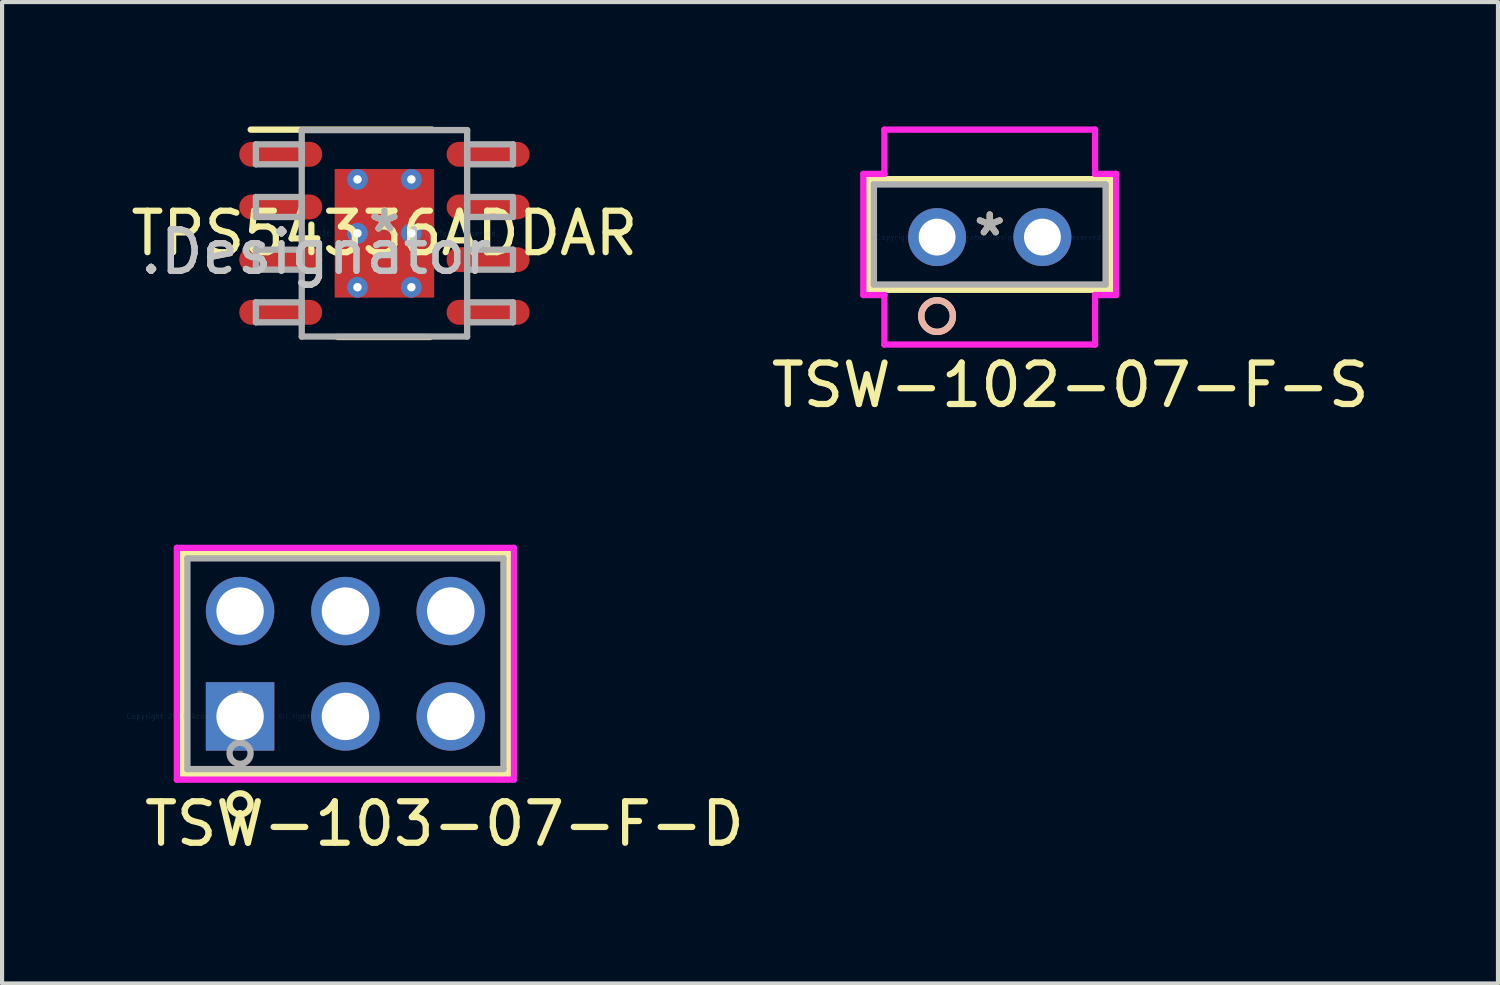
<source format=kicad_pcb>
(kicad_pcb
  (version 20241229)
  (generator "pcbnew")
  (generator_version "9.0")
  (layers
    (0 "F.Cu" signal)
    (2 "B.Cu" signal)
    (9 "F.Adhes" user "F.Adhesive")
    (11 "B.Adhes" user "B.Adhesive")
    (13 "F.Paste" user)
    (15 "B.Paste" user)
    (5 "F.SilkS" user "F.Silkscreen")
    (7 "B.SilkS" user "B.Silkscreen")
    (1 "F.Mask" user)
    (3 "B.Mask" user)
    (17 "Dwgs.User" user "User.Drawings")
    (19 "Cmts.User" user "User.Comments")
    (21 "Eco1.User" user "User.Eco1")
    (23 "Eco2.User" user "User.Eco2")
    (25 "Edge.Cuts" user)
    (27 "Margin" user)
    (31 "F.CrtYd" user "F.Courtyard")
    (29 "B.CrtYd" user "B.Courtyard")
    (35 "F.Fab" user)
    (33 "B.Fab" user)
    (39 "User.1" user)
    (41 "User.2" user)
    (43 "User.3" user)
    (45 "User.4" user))
  (footprint "TPS54336ADDAR"
    (layer "F.Cu")
    (at 6.22 2.576)
    (property "Reference" "TPS54336ADDAR" (at 0 0 0) (layer "F.SilkS") (effects (font (size 1 1) (thickness 0.15))))
    (attr through_hole)
    (fp_line (start -3.225 -2.5) (end 1.15 -2.5) (stroke (width 0.152) (type solid)) (layer "F.SilkS"))
    (fp_line (start -1.125 2.5) (end 1.1 2.5) (stroke (width 0.152) (type solid)) (layer "F.SilkS"))
    (fp_line (start -3.099 -2.146) (end -1.994 -2.146) (stroke (width 0.152) (type solid)) (layer "F.Fab"))
    (fp_line (start -3.099 -1.664) (end -3.099 -2.146) (stroke (width 0.152) (type solid)) (layer "F.Fab"))
    (fp_line (start -3.099 -1.664) (end -1.994 -1.664) (stroke (width 0.152) (type solid)) (layer "F.Fab"))
    (fp_line (start -3.099 -0.876) (end -1.994 -0.876) (stroke (width 0.152) (type solid)) (layer "F.Fab"))
    (fp_line (start -3.099 -0.394) (end -3.099 -0.876) (stroke (width 0.152) (type solid)) (layer "F.Fab"))
    (fp_line (start -3.099 -0.394) (end -1.994 -0.394) (stroke (width 0.152) (type solid)) (layer "F.Fab"))
    (fp_line (start -3.099 0.394) (end -1.994 0.394) (stroke (width 0.152) (type solid)) (layer "F.Fab"))
    (fp_line (start -3.099 0.876) (end -3.099 0.394) (stroke (width 0.152) (type solid)) (layer "F.Fab"))
    (fp_line (start -3.099 0.876) (end -1.994 0.876) (stroke (width 0.152) (type solid)) (layer "F.Fab"))
    (fp_line (start -3.099 1.664) (end -1.994 1.664) (stroke (width 0.152) (type solid)) (layer "F.Fab"))
    (fp_line (start -3.099 2.146) (end -3.099 1.664) (stroke (width 0.152) (type solid)) (layer "F.Fab"))
    (fp_line (start -3.099 2.146) (end -1.994 2.146) (stroke (width 0.152) (type solid)) (layer "F.Fab"))
    (fp_line (start -1.994 -2.489) (end 1.994 -2.489) (stroke (width 0.152) (type solid)) (layer "F.Fab"))
    (fp_line (start -1.994 -1.664) (end -1.994 -2.146) (stroke (width 0.152) (type solid)) (layer "F.Fab"))
    (fp_line (start -1.994 -0.394) (end -1.994 -0.876) (stroke (width 0.152) (type solid)) (layer "F.Fab"))
    (fp_line (start -1.994 0.876) (end -1.994 0.394) (stroke (width 0.152) (type solid)) (layer "F.Fab"))
    (fp_line (start -1.994 2.146) (end -1.994 1.664) (stroke (width 0.152) (type solid)) (layer "F.Fab"))
    (fp_line (start -1.994 2.489) (end -1.994 -2.489) (stroke (width 0.152) (type solid)) (layer "F.Fab"))
    (fp_line (start -1.994 2.489) (end 1.994 2.489) (stroke (width 0.152) (type solid)) (layer "F.Fab"))
    (fp_line (start 1.994 -2.146) (end 3.099 -2.146) (stroke (width 0.152) (type solid)) (layer "F.Fab"))
    (fp_line (start 1.994 -1.664) (end 1.994 -2.146) (stroke (width 0.152) (type solid)) (layer "F.Fab"))
    (fp_line (start 1.994 -1.664) (end 3.099 -1.664) (stroke (width 0.152) (type solid)) (layer "F.Fab"))
    (fp_line (start 1.994 -0.876) (end 3.099 -0.876) (stroke (width 0.152) (type solid)) (layer "F.Fab"))
    (fp_line (start 1.994 -0.394) (end 1.994 -0.876) (stroke (width 0.152) (type solid)) (layer "F.Fab"))
    (fp_line (start 1.994 -0.394) (end 3.099 -0.394) (stroke (width 0.152) (type solid)) (layer "F.Fab"))
    (fp_line (start 1.994 0.394) (end 3.099 0.394) (stroke (width 0.152) (type solid)) (layer "F.Fab"))
    (fp_line (start 1.994 0.876) (end 1.994 0.394) (stroke (width 0.152) (type solid)) (layer "F.Fab"))
    (fp_line (start 1.994 0.876) (end 3.099 0.876) (stroke (width 0.152) (type solid)) (layer "F.Fab"))
    (fp_line (start 1.994 1.664) (end 3.099 1.664) (stroke (width 0.152) (type solid)) (layer "F.Fab"))
    (fp_line (start 1.994 2.146) (end 1.994 1.664) (stroke (width 0.152) (type solid)) (layer "F.Fab"))
    (fp_line (start 1.994 2.146) (end 3.099 2.146) (stroke (width 0.152) (type solid)) (layer "F.Fab"))
    (fp_line (start 1.994 2.489) (end 1.994 -2.489) (stroke (width 0.152) (type solid)) (layer "F.Fab"))
    (fp_line (start 3.099 -1.664) (end 3.099 -2.146) (stroke (width 0.152) (type solid)) (layer "F.Fab"))
    (fp_line (start 3.099 -0.394) (end 3.099 -0.876) (stroke (width 0.152) (type solid)) (layer "F.Fab"))
    (fp_line (start 3.099 0.876) (end 3.099 0.394) (stroke (width 0.152) (type solid)) (layer "F.Fab"))
    (fp_line (start 3.099 2.146) (end 3.099 1.664) (stroke (width 0.152) (type solid)) (layer "F.Fab"))
    (fp_text user "*" (at 0 0 0) (layer "F.SilkS") (effects (font (size 1 1) (thickness 0.15))))
    (fp_text user ".Designator" (at -1.65 0.45 0) (layer "Dwgs.User") (effects (font (size 1 1) (thickness 0.15))))
    (fp_text user "Copyright 2016 Accelerated Designs. All rights reserved." (at 0 0 0) (layer "Cmts.User") (effects (font (size 0.127 0.127) (thickness 0.002))))
    (fp_text user ".Designator" (at -1.65 0.45 0) (layer "F.Fab") (effects (font (size 1 1) (thickness 0.15))))
    (fp_text user "*" (at 0 0 0) (layer "F.Fab") (effects (font (size 1 1) (thickness 0.15))))
    (pad "1" smd oval (at -2.5 -1.905 90) (size 0.6 2) (layers "F.Cu" "F.Mask" "F.Paste"))
    (pad "2" smd oval (at -2.5 -0.635 90) (size 0.6 2) (layers "F.Cu" "F.Mask" "F.Paste"))
    (pad "3" smd oval (at -2.5 0.635 90) (size 0.6 2) (layers "F.Cu" "F.Mask" "F.Paste"))
    (pad "4" smd oval (at -2.5 1.905 90) (size 0.6 2) (layers "F.Cu" "F.Mask" "F.Paste"))
    (pad "5" smd oval (at 2.5 1.905 90) (size 0.6 2) (layers "F.Cu" "F.Mask" "F.Paste"))
    (pad "6" smd oval (at 2.5 0.635 90) (size 0.6 2) (layers "F.Cu" "F.Mask" "F.Paste"))
    (pad "7" smd oval (at 2.5 -0.635 90) (size 0.6 2) (layers "F.Cu" "F.Mask" "F.Paste"))
    (pad "8" smd oval (at 2.5 -1.905 90) (size 0.6 2) (layers "F.Cu" "F.Mask" "F.Paste"))
    (pad "9" smd rect (at 0 0) (size 2.4 3.1) (layers "F.Cu" "F.Mask" "F.Paste"))
    (pad "V1" thru_hole circle (at -0.65 0) (size 0.5 0.5) (drill 0.203) (layers "*.Cu" "*.Mask"))
    (pad "V2" thru_hole circle (at -0.65 -1.3) (size 0.5 0.5) (drill 0.203) (layers "*.Cu" "*.Mask"))
    (pad "V3" thru_hole circle (at -0.65 1.3) (size 0.5 0.5) (drill 0.203) (layers "*.Cu" "*.Mask"))
    (pad "V4" thru_hole circle (at 0.65 1.3) (size 0.5 0.5) (drill 0.203) (layers "*.Cu" "*.Mask"))
    (pad "V5" thru_hole circle (at 0.65 -1.3) (size 0.5 0.5) (drill 0.203) (layers "*.Cu" "*.Mask"))
    (pad "V6" thru_hole circle (at 0.65 0) (size 0.5 0.5) (drill 0.203) (layers "*.Cu" "*.Mask")))
  (footprint "TSW-102-07-F-S"
    (layer "F.Cu")
    (at 20.816 2.667)
    (property "Reference" "TSW-102-07-F-S" (at 1.94 3.57 0) (layer "F.SilkS") (effects (font (size 1 1) (thickness 0.15))))
    (attr through_hole)
    (fp_line (start -2.921 -1.397) (end -2.921 1.27) (stroke (width 0.152) (type solid)) (layer "F.SilkS"))
    (fp_line (start -2.921 1.27) (end 2.921 1.27) (stroke (width 0.152) (type solid)) (layer "F.SilkS"))
    (fp_line (start 2.921 -1.397) (end -2.921 -1.397) (stroke (width 0.152) (type solid)) (layer "F.SilkS"))
    (fp_line (start 2.921 1.27) (end 2.921 -1.397) (stroke (width 0.152) (type solid)) (layer "F.SilkS"))
    (fp_circle (center -1.27 1.905) (end -0.889 1.905) (stroke (width 0.152) (type solid)) (fill no) (layer "F.SilkS"))
    (fp_circle (center -1.27 1.905) (end -0.889 1.905) (stroke (width 0.152) (type solid)) (fill no) (layer "B.SilkS"))
    (fp_line (start -3.048 -1.524) (end -3.048 1.397) (stroke (width 0.152) (type solid)) (layer "F.CrtYd"))
    (fp_line (start -3.048 1.397) (end -2.54 1.397) (stroke (width 0.152) (type solid)) (layer "F.CrtYd"))
    (fp_line (start -2.54 -2.591) (end -2.54 -1.524) (stroke (width 0.152) (type solid)) (layer "F.CrtYd"))
    (fp_line (start -2.54 -1.524) (end -3.048 -1.524) (stroke (width 0.152) (type solid)) (layer "F.CrtYd"))
    (fp_line (start -2.54 1.397) (end -2.54 2.591) (stroke (width 0.152) (type solid)) (layer "F.CrtYd"))
    (fp_line (start -2.54 2.591) (end 2.54 2.591) (stroke (width 0.152) (type solid)) (layer "F.CrtYd"))
    (fp_line (start 2.54 -2.591) (end -2.54 -2.591) (stroke (width 0.152) (type solid)) (layer "F.CrtYd"))
    (fp_line (start 2.54 -1.524) (end 2.54 -2.591) (stroke (width 0.152) (type solid)) (layer "F.CrtYd"))
    (fp_line (start 2.54 1.397) (end 3.048 1.397) (stroke (width 0.152) (type solid)) (layer "F.CrtYd"))
    (fp_line (start 2.54 2.591) (end 2.54 1.397) (stroke (width 0.152) (type solid)) (layer "F.CrtYd"))
    (fp_line (start 3.048 -1.524) (end 2.54 -1.524) (stroke (width 0.152) (type solid)) (layer "F.CrtYd"))
    (fp_line (start 3.048 1.397) (end 3.048 -1.524) (stroke (width 0.152) (type solid)) (layer "F.CrtYd"))
    (fp_line (start -2.794 -1.27) (end -2.794 1.143) (stroke (width 0.152) (type solid)) (layer "F.Fab"))
    (fp_line (start -2.794 1.143) (end 2.794 1.143) (stroke (width 0.152) (type solid)) (layer "F.Fab"))
    (fp_line (start 2.794 -1.27) (end -2.794 -1.27) (stroke (width 0.152) (type solid)) (layer "F.Fab"))
    (fp_line (start 2.794 1.143) (end 2.794 -1.27) (stroke (width 0.152) (type solid)) (layer "F.Fab"))
    (fp_circle (center -1.27 0) (end -1.016 0) (stroke (width 0.152) (type solid)) (fill no) (layer "F.Fab"))
    (fp_text user "*" (at 0 0 0) (layer "F.SilkS") (effects (font (size 1 1) (thickness 0.15))))
    (fp_text user "Copyright 2016 Accelerated Designs. All rights reserved." (at 0 0 0) (layer "Cmts.User") (effects (font (size 0.127 0.127) (thickness 0.002))))
    (fp_text user "*" (at 0 0 0) (layer "F.Fab") (effects (font (size 1 1) (thickness 0.15))))
    (pad "1" thru_hole circle (at -1.27 0 90) (size 1.397 1.397) (drill 0.889) (layers "*.Cu" "*.Mask"))
    (pad "2" thru_hole circle (at 1.27 0 90) (size 1.397 1.397) (drill 0.889) (layers "*.Cu" "*.Mask")))
  (footprint "TSW-103-07-F-D"
    (layer "F.Cu")
    (at 2.739 14.225)
    (property "Reference" "TSW-103-07-F-D" (at 4.928 2.591 0) (layer "F.SilkS") (effects (font (size 1 1) (thickness 0.15))))
    (attr through_hole)
    (fp_line (start -1.397 -3.937) (end -1.397 1.397) (stroke (width 0.152) (type solid)) (layer "F.SilkS"))
    (fp_line (start -1.397 1.397) (end 6.477 1.397) (stroke (width 0.152) (type solid)) (layer "F.SilkS"))
    (fp_line (start 6.477 -3.937) (end -1.397 -3.937) (stroke (width 0.152) (type solid)) (layer "F.SilkS"))
    (fp_line (start 6.477 1.397) (end 6.477 -3.937) (stroke (width 0.152) (type solid)) (layer "F.SilkS"))
    (fp_circle (center 0 2.108) (end 0.254 2.108) (stroke (width 0.152) (type solid)) (fill no) (layer "F.SilkS"))
    (fp_line (start -1.524 -4.064) (end -1.524 1.524) (stroke (width 0.152) (type solid)) (layer "F.CrtYd"))
    (fp_line (start -1.524 1.524) (end 6.604 1.524) (stroke (width 0.152) (type solid)) (layer "F.CrtYd"))
    (fp_line (start 6.604 -4.064) (end -1.524 -4.064) (stroke (width 0.152) (type solid)) (layer "F.CrtYd"))
    (fp_line (start 6.604 1.524) (end 6.604 -4.064) (stroke (width 0.152) (type solid)) (layer "F.CrtYd"))
    (fp_line (start -1.27 -3.81) (end -1.27 1.27) (stroke (width 0.152) (type solid)) (layer "F.Fab"))
    (fp_line (start -1.27 1.27) (end 6.35 1.27) (stroke (width 0.152) (type solid)) (layer "F.Fab"))
    (fp_line (start 6.35 -3.81) (end -1.27 -3.81) (stroke (width 0.152) (type solid)) (layer "F.Fab"))
    (fp_line (start 6.35 1.27) (end 6.35 -3.81) (stroke (width 0.152) (type solid)) (layer "F.Fab"))
    (fp_circle (center 0 0.889) (end 0.254 0.889) (stroke (width 0.152) (type solid)) (fill no) (layer "F.Fab"))
    (fp_text user "*" (at 0 0 0) (layer "F.SilkS") (effects (font (size 1 1) (thickness 0.15))))
    (fp_text user "Copyright 2016 Accelerated Designs. All rights reserved." (at 0 0 0) (layer "Cmts.User") (effects (font (size 0.127 0.127) (thickness 0.002))))
    (fp_text user "*" (at 0 0 0) (layer "F.Fab") (effects (font (size 1 1) (thickness 0.15))))
    (pad "1" thru_hole rect (at 0 0) (size 1.651 1.651) (drill 1.143) (layers "*.Cu" "*.Mask"))
    (pad "2" thru_hole circle (at 0 -2.54) (size 1.651 1.651) (drill 1.143) (layers "*.Cu" "*.Mask"))
    (pad "3" thru_hole circle (at 2.54 0) (size 1.651 1.651) (drill 1.143) (layers "*.Cu" "*.Mask"))
    (pad "4" thru_hole circle (at 2.54 -2.54) (size 1.651 1.651) (drill 1.143) (layers "*.Cu" "*.Mask"))
    (pad "5" thru_hole circle (at 5.08 0) (size 1.651 1.651) (drill 1.143) (layers "*.Cu" "*.Mask"))
    (pad "6" thru_hole circle (at 5.08 -2.54) (size 1.651 1.651) (drill 1.143) (layers "*.Cu" "*.Mask")))
  (gr_rect
    (start -3 -3)
    (end 33.071 20.665)
    (stroke (width 0.1) (type default))
    (fill no)
    (layer "Edge.Cuts")))
</source>
